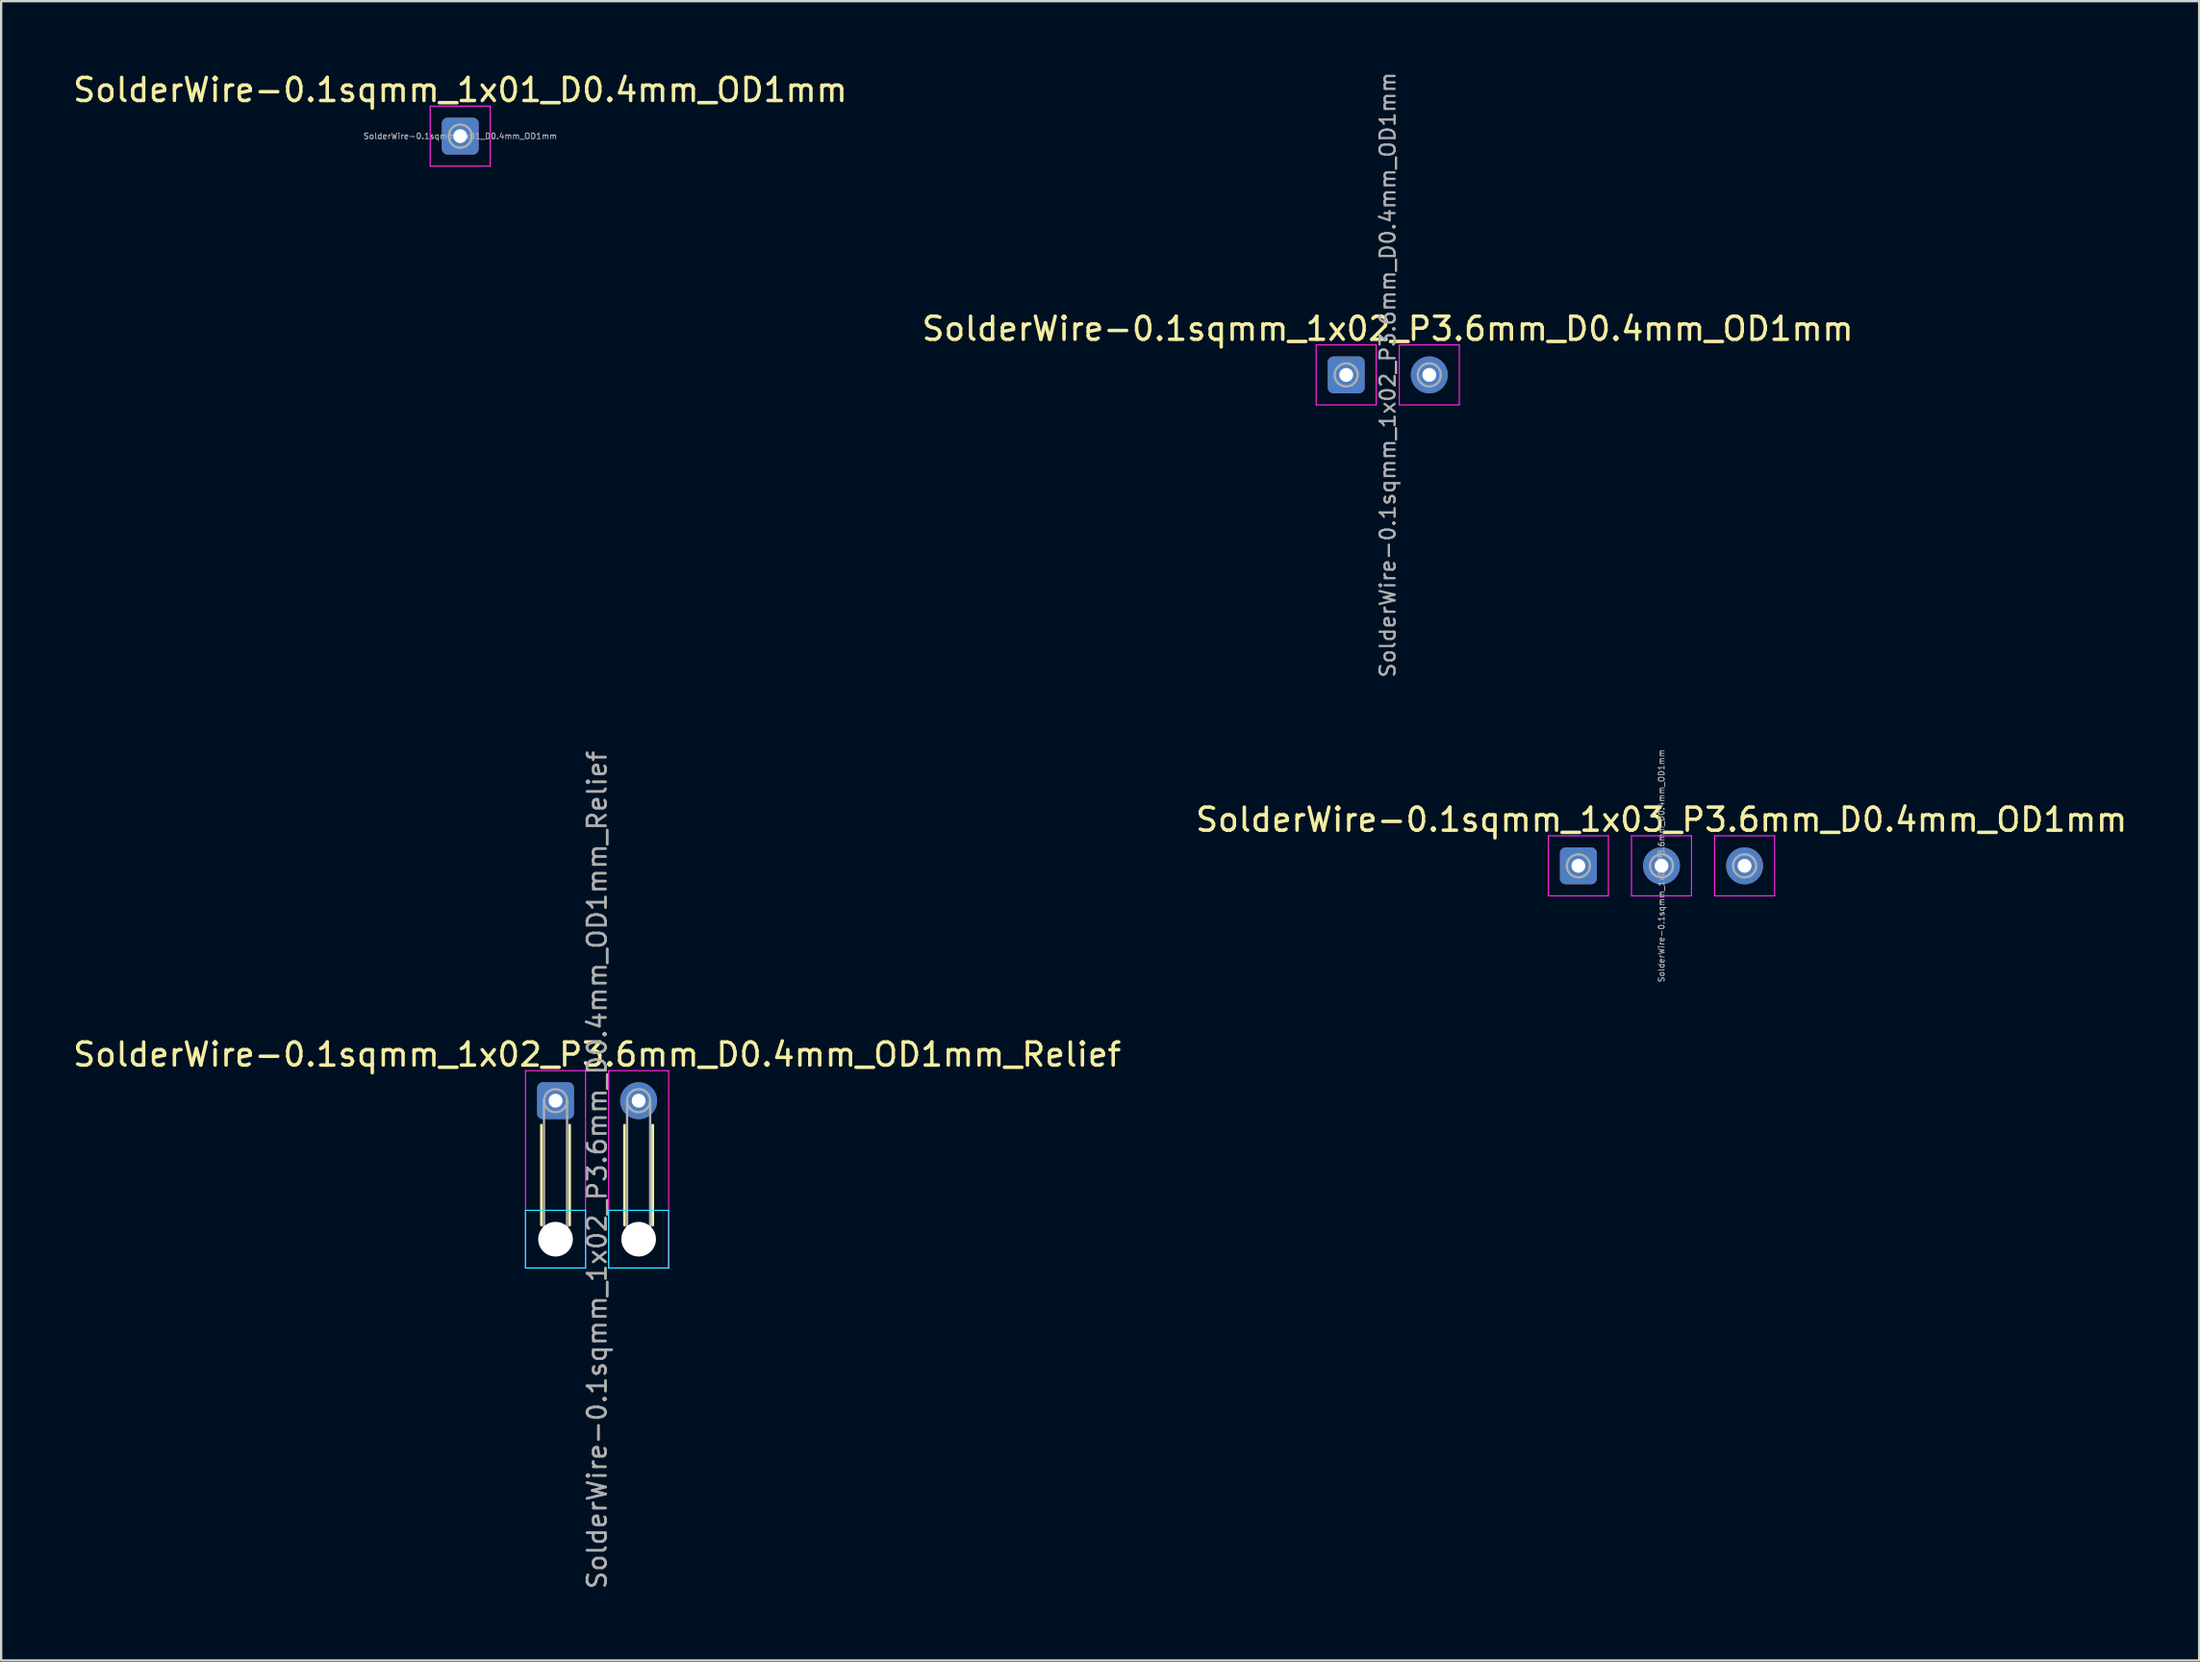
<source format=kicad_pcb>
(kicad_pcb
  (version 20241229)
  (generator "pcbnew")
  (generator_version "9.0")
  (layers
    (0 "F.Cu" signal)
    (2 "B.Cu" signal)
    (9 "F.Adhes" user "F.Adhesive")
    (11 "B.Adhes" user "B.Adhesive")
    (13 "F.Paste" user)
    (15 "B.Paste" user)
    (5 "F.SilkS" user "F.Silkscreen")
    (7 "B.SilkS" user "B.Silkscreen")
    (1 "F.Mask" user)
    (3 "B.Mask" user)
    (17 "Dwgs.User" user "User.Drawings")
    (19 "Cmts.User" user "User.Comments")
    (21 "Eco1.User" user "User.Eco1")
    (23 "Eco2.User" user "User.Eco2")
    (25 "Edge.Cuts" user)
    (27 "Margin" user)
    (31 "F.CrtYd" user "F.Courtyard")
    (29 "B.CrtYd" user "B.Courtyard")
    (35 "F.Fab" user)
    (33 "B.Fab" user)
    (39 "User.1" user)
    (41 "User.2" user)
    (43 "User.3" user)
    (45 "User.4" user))
  (footprint "SolderWire-0.1sqmm_1x02_P3.6mm_D0.4mm_OD1mm"
    (layer "F.Cu")
    (at 55.265 13.193)
    (property "Reference" "SolderWire-0.1sqmm_1x02_P3.6mm_D0.4mm_OD1mm" (at 1.8 -2 0) (layer "F.SilkS") (effects (font (size 1 1) (thickness 0.15))))
    (attr exclude_from_pos_files exclude_from_bom)
    (fp_line (start -1.3 -1.3) (end -1.3 1.3) (stroke (width 0.05) (type solid)) (layer "F.CrtYd"))
    (fp_line (start -1.3 1.3) (end 1.3 1.3) (stroke (width 0.05) (type solid)) (layer "F.CrtYd"))
    (fp_line (start 1.3 -1.3) (end -1.3 -1.3) (stroke (width 0.05) (type solid)) (layer "F.CrtYd"))
    (fp_line (start 1.3 1.3) (end 1.3 -1.3) (stroke (width 0.05) (type solid)) (layer "F.CrtYd"))
    (fp_line (start 2.3 -1.3) (end 2.3 1.3) (stroke (width 0.05) (type solid)) (layer "F.CrtYd"))
    (fp_line (start 2.3 1.3) (end 4.9 1.3) (stroke (width 0.05) (type solid)) (layer "F.CrtYd"))
    (fp_line (start 4.9 -1.3) (end 2.3 -1.3) (stroke (width 0.05) (type solid)) (layer "F.CrtYd"))
    (fp_line (start 4.9 1.3) (end 4.9 -1.3) (stroke (width 0.05) (type solid)) (layer "F.CrtYd"))
    (fp_circle (center 0 0) (end 0.5 0) (stroke (width 0.1) (type solid)) (fill no) (layer "F.Fab"))
    (fp_circle (center 3.6 0) (end 4.1 0) (stroke (width 0.1) (type solid)) (fill no) (layer "F.Fab"))
    (fp_text user "${REFERENCE}" (at 1.8 0 90) (layer "F.Fab") (effects (font (size 0.65 0.65) (thickness 0.1))))
    (pad "1" thru_hole roundrect (at 0 0) (size 1.6 1.6) (drill 0.6) (layers "*.Cu" "*.Mask") (roundrect_rratio 0.156))
    (pad "2" thru_hole circle (at 3.6 0) (size 1.6 1.6) (drill 0.6) (layers "*.Cu" "*.Mask")))
  (footprint "SolderWire-0.1sqmm_1x02_P3.6mm_D0.4mm_OD1mm_Relief"
    (layer "F.Cu")
    (at 21.015 44.639)
    (property "Reference" "SolderWire-0.1sqmm_1x02_P3.6mm_D0.4mm_OD1mm_Relief" (at 1.8 -2 0) (layer "F.SilkS") (effects (font (size 1 1) (thickness 0.15))))
    (attr exclude_from_pos_files exclude_from_bom)
    (fp_line (start -0.61 1.06) (end -0.61 5.39) (stroke (width 0.12) (type solid)) (layer "F.SilkS"))
    (fp_line (start 0.61 1.06) (end 0.61 5.39) (stroke (width 0.12) (type solid)) (layer "F.SilkS"))
    (fp_line (start 2.99 1.06) (end 2.99 5.39) (stroke (width 0.12) (type solid)) (layer "F.SilkS"))
    (fp_line (start 4.21 1.06) (end 4.21 5.39) (stroke (width 0.12) (type solid)) (layer "F.SilkS"))
    (fp_line (start -1.3 4.75) (end -1.3 7.25) (stroke (width 0.05) (type solid)) (layer "B.CrtYd"))
    (fp_line (start -1.3 7.25) (end 1.3 7.25) (stroke (width 0.05) (type solid)) (layer "B.CrtYd"))
    (fp_line (start 1.3 4.75) (end -1.3 4.75) (stroke (width 0.05) (type solid)) (layer "B.CrtYd"))
    (fp_line (start 1.3 7.25) (end 1.3 4.75) (stroke (width 0.05) (type solid)) (layer "B.CrtYd"))
    (fp_line (start 2.3 4.75) (end 2.3 7.25) (stroke (width 0.05) (type solid)) (layer "B.CrtYd"))
    (fp_line (start 2.3 7.25) (end 4.9 7.25) (stroke (width 0.05) (type solid)) (layer "B.CrtYd"))
    (fp_line (start 4.9 4.75) (end 2.3 4.75) (stroke (width 0.05) (type solid)) (layer "B.CrtYd"))
    (fp_line (start 4.9 7.25) (end 4.9 4.75) (stroke (width 0.05) (type solid)) (layer "B.CrtYd"))
    (fp_line (start -1.3 -1.3) (end -1.3 7.25) (stroke (width 0.05) (type solid)) (layer "F.CrtYd"))
    (fp_line (start -1.3 7.25) (end 1.3 7.25) (stroke (width 0.05) (type solid)) (layer "F.CrtYd"))
    (fp_line (start 1.3 -1.3) (end -1.3 -1.3) (stroke (width 0.05) (type solid)) (layer "F.CrtYd"))
    (fp_line (start 1.3 7.25) (end 1.3 -1.3) (stroke (width 0.05) (type solid)) (layer "F.CrtYd"))
    (fp_line (start 2.3 -1.3) (end 2.3 7.25) (stroke (width 0.05) (type solid)) (layer "F.CrtYd"))
    (fp_line (start 2.3 7.25) (end 4.9 7.25) (stroke (width 0.05) (type solid)) (layer "F.CrtYd"))
    (fp_line (start 4.9 -1.3) (end 2.3 -1.3) (stroke (width 0.05) (type solid)) (layer "F.CrtYd"))
    (fp_line (start 4.9 7.25) (end 4.9 -1.3) (stroke (width 0.05) (type solid)) (layer "F.CrtYd"))
    (fp_line (start -0.5 0) (end -0.5 6) (stroke (width 0.1) (type solid)) (layer "F.Fab"))
    (fp_line (start 0.5 0) (end 0.5 6) (stroke (width 0.1) (type solid)) (layer "F.Fab"))
    (fp_line (start 3.1 0) (end 3.1 6) (stroke (width 0.1) (type solid)) (layer "F.Fab"))
    (fp_line (start 4.1 0) (end 4.1 6) (stroke (width 0.1) (type solid)) (layer "F.Fab"))
    (fp_circle (center 0 0) (end 0.5 0) (stroke (width 0.1) (type solid)) (fill no) (layer "F.Fab"))
    (fp_circle (center 0 6) (end 0.5 6) (stroke (width 0.1) (type solid)) (fill no) (layer "F.Fab"))
    (fp_circle (center 3.6 0) (end 4.1 0) (stroke (width 0.1) (type solid)) (fill no) (layer "F.Fab"))
    (fp_circle (center 3.6 6) (end 4.1 6) (stroke (width 0.1) (type solid)) (fill no) (layer "F.Fab"))
    (fp_text user "${REFERENCE}" (at 1.8 3 90) (layer "F.Fab") (effects (font (size 0.8 0.8) (thickness 0.12))))
    (pad "" np_thru_hole circle (at 0 6) (size 1.5 1.5) (drill 1.5) (layers "*.Cu" "*.Mask"))
    (pad "" np_thru_hole circle (at 3.6 6) (size 1.5 1.5) (drill 1.5) (layers "*.Cu" "*.Mask"))
    (pad "1" thru_hole roundrect (at 0 0) (size 1.6 1.6) (drill 0.6) (layers "*.Cu" "*.Mask") (roundrect_rratio 0.156))
    (pad "2" thru_hole circle (at 3.6 0) (size 1.6 1.6) (drill 0.6) (layers "*.Cu" "*.Mask")))
  (footprint "SolderWire-0.1sqmm_1x01_D0.4mm_OD1mm"
    (layer "F.Cu")
    (at 16.887 2.848)
    (property "Reference" "SolderWire-0.1sqmm_1x01_D0.4mm_OD1mm" (at 0 -2 0) (layer "F.SilkS") (effects (font (size 1 1) (thickness 0.15))))
    (attr exclude_from_pos_files exclude_from_bom)
    (fp_line (start -1.3 -1.3) (end -1.3 1.3) (stroke (width 0.05) (type solid)) (layer "F.CrtYd"))
    (fp_line (start -1.3 1.3) (end 1.3 1.3) (stroke (width 0.05) (type solid)) (layer "F.CrtYd"))
    (fp_line (start 1.3 -1.3) (end -1.3 -1.3) (stroke (width 0.05) (type solid)) (layer "F.CrtYd"))
    (fp_line (start 1.3 1.3) (end 1.3 -1.3) (stroke (width 0.05) (type solid)) (layer "F.CrtYd"))
    (fp_circle (center 0 0) (end 0.5 0) (stroke (width 0.1) (type solid)) (fill no) (layer "F.Fab"))
    (fp_text user "${REFERENCE}" (at 0 0 0) (layer "F.Fab") (effects (font (size 0.25 0.25) (thickness 0.04))))
    (pad "1" thru_hole roundrect (at 0 0) (size 1.6 1.6) (drill 0.6) (layers "*.Cu" "*.Mask") (roundrect_rratio 0.156)))
  (footprint "SolderWire-0.1sqmm_1x03_P3.6mm_D0.4mm_OD1mm"
    (layer "F.Cu")
    (at 65.323 34.463)
    (property "Reference" "SolderWire-0.1sqmm_1x03_P3.6mm_D0.4mm_OD1mm" (at 3.6 -2 0) (layer "F.SilkS") (effects (font (size 1 1) (thickness 0.15))))
    (attr exclude_from_pos_files exclude_from_bom)
    (fp_line (start -1.3 -1.3) (end -1.3 1.3) (stroke (width 0.05) (type solid)) (layer "F.CrtYd"))
    (fp_line (start -1.3 1.3) (end 1.3 1.3) (stroke (width 0.05) (type solid)) (layer "F.CrtYd"))
    (fp_line (start 1.3 -1.3) (end -1.3 -1.3) (stroke (width 0.05) (type solid)) (layer "F.CrtYd"))
    (fp_line (start 1.3 1.3) (end 1.3 -1.3) (stroke (width 0.05) (type solid)) (layer "F.CrtYd"))
    (fp_line (start 2.3 -1.3) (end 2.3 1.3) (stroke (width 0.05) (type solid)) (layer "F.CrtYd"))
    (fp_line (start 2.3 1.3) (end 4.9 1.3) (stroke (width 0.05) (type solid)) (layer "F.CrtYd"))
    (fp_line (start 4.9 -1.3) (end 2.3 -1.3) (stroke (width 0.05) (type solid)) (layer "F.CrtYd"))
    (fp_line (start 4.9 1.3) (end 4.9 -1.3) (stroke (width 0.05) (type solid)) (layer "F.CrtYd"))
    (fp_line (start 5.9 -1.3) (end 5.9 1.3) (stroke (width 0.05) (type solid)) (layer "F.CrtYd"))
    (fp_line (start 5.9 1.3) (end 8.5 1.3) (stroke (width 0.05) (type solid)) (layer "F.CrtYd"))
    (fp_line (start 8.5 -1.3) (end 5.9 -1.3) (stroke (width 0.05) (type solid)) (layer "F.CrtYd"))
    (fp_line (start 8.5 1.3) (end 8.5 -1.3) (stroke (width 0.05) (type solid)) (layer "F.CrtYd"))
    (fp_circle (center 0 0) (end 0.5 0) (stroke (width 0.1) (type solid)) (fill no) (layer "F.Fab"))
    (fp_circle (center 3.6 0) (end 4.1 0) (stroke (width 0.1) (type solid)) (fill no) (layer "F.Fab"))
    (fp_circle (center 7.2 0) (end 7.7 0) (stroke (width 0.1) (type solid)) (fill no) (layer "F.Fab"))
    (fp_text user "${REFERENCE}" (at 3.6 0 90) (layer "F.Fab") (effects (font (size 0.25 0.25) (thickness 0.04))))
    (pad "1" thru_hole roundrect (at 0 0) (size 1.6 1.6) (drill 0.6) (layers "*.Cu" "*.Mask") (roundrect_rratio 0.156))
    (pad "2" thru_hole circle (at 3.6 0) (size 1.6 1.6) (drill 0.6) (layers "*.Cu" "*.Mask"))
    (pad "3" thru_hole circle (at 7.2 0) (size 1.6 1.6) (drill 0.6) (layers "*.Cu" "*.Mask")))
  (gr_rect
    (start -3 -3)
    (end 92.214 68.891)
    (stroke (width 0.1) (type default))
    (fill no)
    (layer "Edge.Cuts")))
</source>
